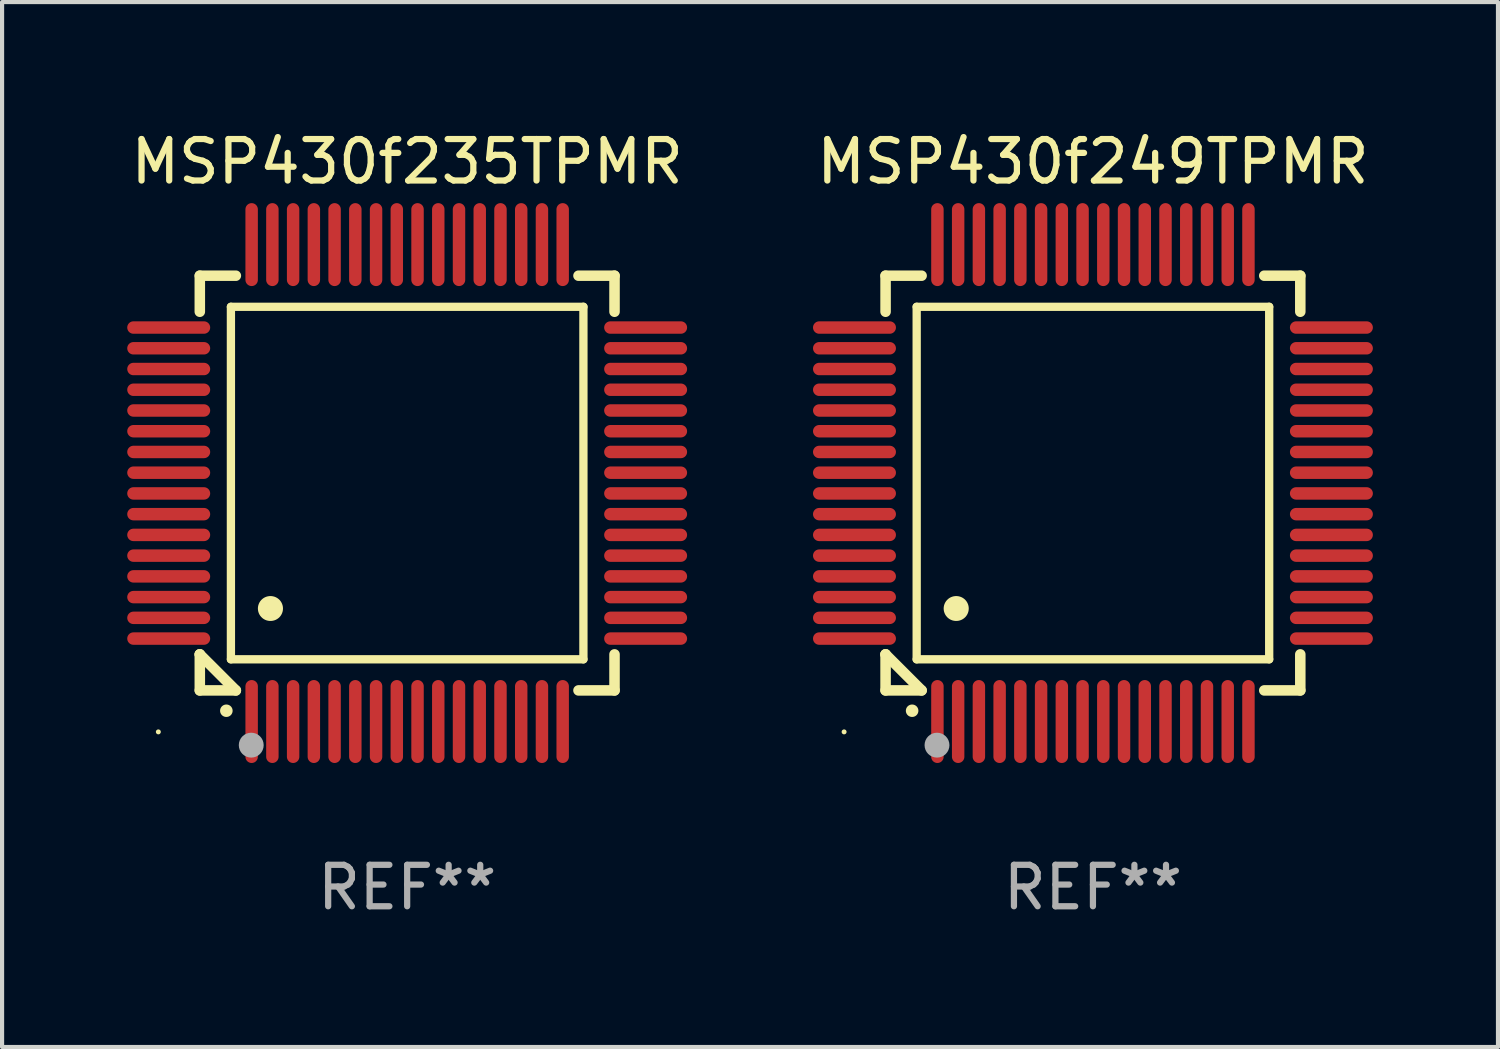
<source format=kicad_pcb>
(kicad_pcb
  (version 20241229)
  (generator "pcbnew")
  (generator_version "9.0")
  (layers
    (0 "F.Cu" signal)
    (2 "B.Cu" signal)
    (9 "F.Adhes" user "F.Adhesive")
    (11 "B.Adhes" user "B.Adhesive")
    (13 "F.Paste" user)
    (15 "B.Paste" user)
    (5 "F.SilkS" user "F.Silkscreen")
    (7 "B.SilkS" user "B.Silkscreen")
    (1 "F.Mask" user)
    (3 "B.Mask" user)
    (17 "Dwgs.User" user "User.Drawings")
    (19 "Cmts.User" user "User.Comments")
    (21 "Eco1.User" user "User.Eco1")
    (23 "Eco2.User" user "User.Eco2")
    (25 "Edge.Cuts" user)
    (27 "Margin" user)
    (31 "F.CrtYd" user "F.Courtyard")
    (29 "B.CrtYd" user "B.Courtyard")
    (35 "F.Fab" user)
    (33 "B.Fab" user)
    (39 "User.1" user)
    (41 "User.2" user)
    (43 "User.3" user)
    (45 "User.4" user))
  (footprint "MSP430f249TPMR"
    (layer "F.Cu")
    (at 23.304 8.598)
    (property "Reference" "MSP430f249TPMR" (at 0 -7.75 0) (layer "F.SilkS") (effects (font (size 1 1) (thickness 0.15))))
    (attr through_hole)
    (fp_line (start -5 -5) (end -4.131 -5) (stroke (width 0.254) (type solid)) (layer "F.SilkS"))
    (fp_line (start -5 -4.131) (end -5 -5) (stroke (width 0.254) (type solid)) (layer "F.SilkS"))
    (fp_line (start -5 4.131) (end -5 4.131) (stroke (width 0.254) (type solid)) (layer "F.SilkS"))
    (fp_line (start -5 5) (end -5 4.131) (stroke (width 0.254) (type solid)) (layer "F.SilkS"))
    (fp_line (start -5 4.131) (end -4.131 5) (stroke (width 0.254) (type solid)) (layer "F.SilkS"))
    (fp_line (start -4.25 -4.25) (end -4.25 4.25) (stroke (width 0.2) (type solid)) (layer "F.SilkS"))
    (fp_line (start -4.25 4.25) (end 4.25 4.25) (stroke (width 0.2) (type solid)) (layer "F.SilkS"))
    (fp_line (start -4.131 5) (end -5 5) (stroke (width 0.254) (type solid)) (layer "F.SilkS"))
    (fp_line (start 4.25 -4.25) (end -4.25 -4.25) (stroke (width 0.2) (type solid)) (layer "F.SilkS"))
    (fp_line (start 4.25 4.25) (end 4.25 -4.25) (stroke (width 0.2) (type solid)) (layer "F.SilkS"))
    (fp_line (start 5 -5) (end 4.131 -5) (stroke (width 0.254) (type solid)) (layer "F.SilkS"))
    (fp_line (start 5 -5) (end 5 -4.131) (stroke (width 0.254) (type solid)) (layer "F.SilkS"))
    (fp_line (start 5 4.131) (end 5 5) (stroke (width 0.254) (type solid)) (layer "F.SilkS"))
    (fp_line (start 5 5) (end 4.131 5) (stroke (width 0.254) (type solid)) (layer "F.SilkS"))
    (fp_arc (start -4.361265 5.489992) (mid -4.359995 5.489987) (end -4.358725 5.489992) (stroke (width 0.3) (type solid)) (layer "F.SilkS"))
    (fp_arc (start -3.299467 3.025146) (mid -3.296927 3.025135) (end -3.294387 3.025146) (stroke (width 0.6) (type solid)) (layer "F.SilkS"))
    (fp_circle (center -6 6) (end -5.97 6) (stroke (width 0.06) (type solid)) (fill no) (layer "F.SilkS"))
    (fp_circle (center -3.76 6.32) (end -3.61 6.32) (stroke (width 0.3) (type solid)) (fill no) (layer "F.Fab"))
    (fp_text user "REF**" (at 0 9.75 0) (layer "F.Fab") (effects (font (size 1 1) (thickness 0.15))))
    (pad "1" smd oval (at -3.75 5.75) (size 0.3 2) (layers "F.Cu" "F.Mask" "F.Paste"))
    (pad "2" smd oval (at -3.25 5.75) (size 0.3 2) (layers "F.Cu" "F.Mask" "F.Paste"))
    (pad "3" smd oval (at -2.75 5.75) (size 0.3 2) (layers "F.Cu" "F.Mask" "F.Paste"))
    (pad "4" smd oval (at -2.25 5.75) (size 0.3 2) (layers "F.Cu" "F.Mask" "F.Paste"))
    (pad "5" smd oval (at -1.75 5.75) (size 0.3 2) (layers "F.Cu" "F.Mask" "F.Paste"))
    (pad "6" smd oval (at -1.25 5.75) (size 0.3 2) (layers "F.Cu" "F.Mask" "F.Paste"))
    (pad "7" smd oval (at -0.75 5.75) (size 0.3 2) (layers "F.Cu" "F.Mask" "F.Paste"))
    (pad "8" smd oval (at -0.25 5.75) (size 0.3 2) (layers "F.Cu" "F.Mask" "F.Paste"))
    (pad "9" smd oval (at 0.25 5.75) (size 0.3 2) (layers "F.Cu" "F.Mask" "F.Paste"))
    (pad "10" smd oval (at 0.75 5.75) (size 0.3 2) (layers "F.Cu" "F.Mask" "F.Paste"))
    (pad "11" smd oval (at 1.25 5.75) (size 0.3 2) (layers "F.Cu" "F.Mask" "F.Paste"))
    (pad "12" smd oval (at 1.75 5.75) (size 0.3 2) (layers "F.Cu" "F.Mask" "F.Paste"))
    (pad "13" smd oval (at 2.25 5.75) (size 0.3 2) (layers "F.Cu" "F.Mask" "F.Paste"))
    (pad "14" smd oval (at 2.75 5.75) (size 0.3 2) (layers "F.Cu" "F.Mask" "F.Paste"))
    (pad "15" smd oval (at 3.25 5.75) (size 0.3 2) (layers "F.Cu" "F.Mask" "F.Paste"))
    (pad "16" smd oval (at 3.75 5.75) (size 0.3 2) (layers "F.Cu" "F.Mask" "F.Paste"))
    (pad "17" smd oval (at 5.75 3.75) (size 2 0.3) (layers "F.Cu" "F.Mask" "F.Paste"))
    (pad "18" smd oval (at 5.75 3.25) (size 2 0.3) (layers "F.Cu" "F.Mask" "F.Paste"))
    (pad "19" smd oval (at 5.75 2.75) (size 2 0.3) (layers "F.Cu" "F.Mask" "F.Paste"))
    (pad "20" smd oval (at 5.75 2.25) (size 2 0.3) (layers "F.Cu" "F.Mask" "F.Paste"))
    (pad "21" smd oval (at 5.75 1.75) (size 2 0.3) (layers "F.Cu" "F.Mask" "F.Paste"))
    (pad "22" smd oval (at 5.75 1.25) (size 2 0.3) (layers "F.Cu" "F.Mask" "F.Paste"))
    (pad "23" smd oval (at 5.75 0.75) (size 2 0.3) (layers "F.Cu" "F.Mask" "F.Paste"))
    (pad "24" smd oval (at 5.75 0.25) (size 2 0.3) (layers "F.Cu" "F.Mask" "F.Paste"))
    (pad "25" smd oval (at 5.75 -0.25) (size 2 0.3) (layers "F.Cu" "F.Mask" "F.Paste"))
    (pad "26" smd oval (at 5.75 -0.75) (size 2 0.3) (layers "F.Cu" "F.Mask" "F.Paste"))
    (pad "27" smd oval (at 5.75 -1.25) (size 2 0.3) (layers "F.Cu" "F.Mask" "F.Paste"))
    (pad "28" smd oval (at 5.75 -1.75) (size 2 0.3) (layers "F.Cu" "F.Mask" "F.Paste"))
    (pad "29" smd oval (at 5.75 -2.25) (size 2 0.3) (layers "F.Cu" "F.Mask" "F.Paste"))
    (pad "30" smd oval (at 5.75 -2.75) (size 2 0.3) (layers "F.Cu" "F.Mask" "F.Paste"))
    (pad "31" smd oval (at 5.75 -3.25) (size 2 0.3) (layers "F.Cu" "F.Mask" "F.Paste"))
    (pad "32" smd oval (at 5.75 -3.75) (size 2 0.3) (layers "F.Cu" "F.Mask" "F.Paste"))
    (pad "33" smd oval (at 3.75 -5.75) (size 0.3 2) (layers "F.Cu" "F.Mask" "F.Paste"))
    (pad "34" smd oval (at 3.25 -5.75) (size 0.3 2) (layers "F.Cu" "F.Mask" "F.Paste"))
    (pad "35" smd oval (at 2.75 -5.75) (size 0.3 2) (layers "F.Cu" "F.Mask" "F.Paste"))
    (pad "36" smd oval (at 2.25 -5.75) (size 0.3 2) (layers "F.Cu" "F.Mask" "F.Paste"))
    (pad "37" smd oval (at 1.75 -5.75) (size 0.3 2) (layers "F.Cu" "F.Mask" "F.Paste"))
    (pad "38" smd oval (at 1.25 -5.75) (size 0.3 2) (layers "F.Cu" "F.Mask" "F.Paste"))
    (pad "39" smd oval (at 0.75 -5.75) (size 0.3 2) (layers "F.Cu" "F.Mask" "F.Paste"))
    (pad "40" smd oval (at 0.25 -5.75) (size 0.3 2) (layers "F.Cu" "F.Mask" "F.Paste"))
    (pad "41" smd oval (at -0.25 -5.75) (size 0.3 2) (layers "F.Cu" "F.Mask" "F.Paste"))
    (pad "42" smd oval (at -0.75 -5.75) (size 0.3 2) (layers "F.Cu" "F.Mask" "F.Paste"))
    (pad "43" smd oval (at -1.25 -5.75) (size 0.3 2) (layers "F.Cu" "F.Mask" "F.Paste"))
    (pad "44" smd oval (at -1.75 -5.75) (size 0.3 2) (layers "F.Cu" "F.Mask" "F.Paste"))
    (pad "45" smd oval (at -2.25 -5.75) (size 0.3 2) (layers "F.Cu" "F.Mask" "F.Paste"))
    (pad "46" smd oval (at -2.75 -5.75) (size 0.3 2) (layers "F.Cu" "F.Mask" "F.Paste"))
    (pad "47" smd oval (at -3.25 -5.75) (size 0.3 2) (layers "F.Cu" "F.Mask" "F.Paste"))
    (pad "48" smd oval (at -3.75 -5.75) (size 0.3 2) (layers "F.Cu" "F.Mask" "F.Paste"))
    (pad "49" smd oval (at -5.75 -3.75) (size 2 0.3) (layers "F.Cu" "F.Mask" "F.Paste"))
    (pad "50" smd oval (at -5.75 -3.25) (size 2 0.3) (layers "F.Cu" "F.Mask" "F.Paste"))
    (pad "51" smd oval (at -5.75 -2.75) (size 2 0.3) (layers "F.Cu" "F.Mask" "F.Paste"))
    (pad "52" smd oval (at -5.75 -2.25) (size 2 0.3) (layers "F.Cu" "F.Mask" "F.Paste"))
    (pad "53" smd oval (at -5.75 -1.75) (size 2 0.3) (layers "F.Cu" "F.Mask" "F.Paste"))
    (pad "54" smd oval (at -5.75 -1.25) (size 2 0.3) (layers "F.Cu" "F.Mask" "F.Paste"))
    (pad "55" smd oval (at -5.75 -0.75) (size 2 0.3) (layers "F.Cu" "F.Mask" "F.Paste"))
    (pad "56" smd oval (at -5.75 -0.25) (size 2 0.3) (layers "F.Cu" "F.Mask" "F.Paste"))
    (pad "57" smd oval (at -5.75 0.25) (size 2 0.3) (layers "F.Cu" "F.Mask" "F.Paste"))
    (pad "58" smd oval (at -5.75 0.75) (size 2 0.3) (layers "F.Cu" "F.Mask" "F.Paste"))
    (pad "59" smd oval (at -5.75 1.25) (size 2 0.3) (layers "F.Cu" "F.Mask" "F.Paste"))
    (pad "60" smd oval (at -5.75 1.75) (size 2 0.3) (layers "F.Cu" "F.Mask" "F.Paste"))
    (pad "61" smd oval (at -5.75 2.25) (size 2 0.3) (layers "F.Cu" "F.Mask" "F.Paste"))
    (pad "62" smd oval (at -5.75 2.75) (size 2 0.3) (layers "F.Cu" "F.Mask" "F.Paste"))
    (pad "63" smd oval (at -5.75 3.25) (size 2 0.3) (layers "F.Cu" "F.Mask" "F.Paste"))
    (pad "64" smd oval (at -5.75 3.75) (size 2 0.3) (layers "F.Cu" "F.Mask" "F.Paste")))
  (footprint "MSP430f235TPMR"
    (layer "F.Cu")
    (at 6.768 8.598)
    (property "Reference" "MSP430f235TPMR" (at 0 -7.75 0) (layer "F.SilkS") (effects (font (size 1 1) (thickness 0.15))))
    (attr through_hole)
    (fp_line (start -5 -5) (end -4.131 -5) (stroke (width 0.254) (type solid)) (layer "F.SilkS"))
    (fp_line (start -5 -4.131) (end -5 -5) (stroke (width 0.254) (type solid)) (layer "F.SilkS"))
    (fp_line (start -5 4.131) (end -5 4.131) (stroke (width 0.254) (type solid)) (layer "F.SilkS"))
    (fp_line (start -5 5) (end -5 4.131) (stroke (width 0.254) (type solid)) (layer "F.SilkS"))
    (fp_line (start -5 4.131) (end -4.131 5) (stroke (width 0.254) (type solid)) (layer "F.SilkS"))
    (fp_line (start -4.25 -4.25) (end -4.25 4.25) (stroke (width 0.2) (type solid)) (layer "F.SilkS"))
    (fp_line (start -4.25 4.25) (end 4.25 4.25) (stroke (width 0.2) (type solid)) (layer "F.SilkS"))
    (fp_line (start -4.131 5) (end -5 5) (stroke (width 0.254) (type solid)) (layer "F.SilkS"))
    (fp_line (start 4.25 -4.25) (end -4.25 -4.25) (stroke (width 0.2) (type solid)) (layer "F.SilkS"))
    (fp_line (start 4.25 4.25) (end 4.25 -4.25) (stroke (width 0.2) (type solid)) (layer "F.SilkS"))
    (fp_line (start 5 -5) (end 4.131 -5) (stroke (width 0.254) (type solid)) (layer "F.SilkS"))
    (fp_line (start 5 -5) (end 5 -4.131) (stroke (width 0.254) (type solid)) (layer "F.SilkS"))
    (fp_line (start 5 4.131) (end 5 5) (stroke (width 0.254) (type solid)) (layer "F.SilkS"))
    (fp_line (start 5 5) (end 4.131 5) (stroke (width 0.254) (type solid)) (layer "F.SilkS"))
    (fp_arc (start -4.361265 5.489992) (mid -4.359995 5.489987) (end -4.358725 5.489992) (stroke (width 0.3) (type solid)) (layer "F.SilkS"))
    (fp_arc (start -3.299467 3.025146) (mid -3.296927 3.025135) (end -3.294387 3.025146) (stroke (width 0.6) (type solid)) (layer "F.SilkS"))
    (fp_circle (center -6 6) (end -5.97 6) (stroke (width 0.06) (type solid)) (fill no) (layer "F.SilkS"))
    (fp_circle (center -3.76 6.32) (end -3.61 6.32) (stroke (width 0.3) (type solid)) (fill no) (layer "F.Fab"))
    (fp_text user "REF**" (at 0 9.75 0) (layer "F.Fab") (effects (font (size 1 1) (thickness 0.15))))
    (pad "1" smd oval (at -3.75 5.75) (size 0.3 2) (layers "F.Cu" "F.Mask" "F.Paste"))
    (pad "2" smd oval (at -3.25 5.75) (size 0.3 2) (layers "F.Cu" "F.Mask" "F.Paste"))
    (pad "3" smd oval (at -2.75 5.75) (size 0.3 2) (layers "F.Cu" "F.Mask" "F.Paste"))
    (pad "4" smd oval (at -2.25 5.75) (size 0.3 2) (layers "F.Cu" "F.Mask" "F.Paste"))
    (pad "5" smd oval (at -1.75 5.75) (size 0.3 2) (layers "F.Cu" "F.Mask" "F.Paste"))
    (pad "6" smd oval (at -1.25 5.75) (size 0.3 2) (layers "F.Cu" "F.Mask" "F.Paste"))
    (pad "7" smd oval (at -0.75 5.75) (size 0.3 2) (layers "F.Cu" "F.Mask" "F.Paste"))
    (pad "8" smd oval (at -0.25 5.75) (size 0.3 2) (layers "F.Cu" "F.Mask" "F.Paste"))
    (pad "9" smd oval (at 0.25 5.75) (size 0.3 2) (layers "F.Cu" "F.Mask" "F.Paste"))
    (pad "10" smd oval (at 0.75 5.75) (size 0.3 2) (layers "F.Cu" "F.Mask" "F.Paste"))
    (pad "11" smd oval (at 1.25 5.75) (size 0.3 2) (layers "F.Cu" "F.Mask" "F.Paste"))
    (pad "12" smd oval (at 1.75 5.75) (size 0.3 2) (layers "F.Cu" "F.Mask" "F.Paste"))
    (pad "13" smd oval (at 2.25 5.75) (size 0.3 2) (layers "F.Cu" "F.Mask" "F.Paste"))
    (pad "14" smd oval (at 2.75 5.75) (size 0.3 2) (layers "F.Cu" "F.Mask" "F.Paste"))
    (pad "15" smd oval (at 3.25 5.75) (size 0.3 2) (layers "F.Cu" "F.Mask" "F.Paste"))
    (pad "16" smd oval (at 3.75 5.75) (size 0.3 2) (layers "F.Cu" "F.Mask" "F.Paste"))
    (pad "17" smd oval (at 5.75 3.75) (size 2 0.3) (layers "F.Cu" "F.Mask" "F.Paste"))
    (pad "18" smd oval (at 5.75 3.25) (size 2 0.3) (layers "F.Cu" "F.Mask" "F.Paste"))
    (pad "19" smd oval (at 5.75 2.75) (size 2 0.3) (layers "F.Cu" "F.Mask" "F.Paste"))
    (pad "20" smd oval (at 5.75 2.25) (size 2 0.3) (layers "F.Cu" "F.Mask" "F.Paste"))
    (pad "21" smd oval (at 5.75 1.75) (size 2 0.3) (layers "F.Cu" "F.Mask" "F.Paste"))
    (pad "22" smd oval (at 5.75 1.25) (size 2 0.3) (layers "F.Cu" "F.Mask" "F.Paste"))
    (pad "23" smd oval (at 5.75 0.75) (size 2 0.3) (layers "F.Cu" "F.Mask" "F.Paste"))
    (pad "24" smd oval (at 5.75 0.25) (size 2 0.3) (layers "F.Cu" "F.Mask" "F.Paste"))
    (pad "25" smd oval (at 5.75 -0.25) (size 2 0.3) (layers "F.Cu" "F.Mask" "F.Paste"))
    (pad "26" smd oval (at 5.75 -0.75) (size 2 0.3) (layers "F.Cu" "F.Mask" "F.Paste"))
    (pad "27" smd oval (at 5.75 -1.25) (size 2 0.3) (layers "F.Cu" "F.Mask" "F.Paste"))
    (pad "28" smd oval (at 5.75 -1.75) (size 2 0.3) (layers "F.Cu" "F.Mask" "F.Paste"))
    (pad "29" smd oval (at 5.75 -2.25) (size 2 0.3) (layers "F.Cu" "F.Mask" "F.Paste"))
    (pad "30" smd oval (at 5.75 -2.75) (size 2 0.3) (layers "F.Cu" "F.Mask" "F.Paste"))
    (pad "31" smd oval (at 5.75 -3.25) (size 2 0.3) (layers "F.Cu" "F.Mask" "F.Paste"))
    (pad "32" smd oval (at 5.75 -3.75) (size 2 0.3) (layers "F.Cu" "F.Mask" "F.Paste"))
    (pad "33" smd oval (at 3.75 -5.75) (size 0.3 2) (layers "F.Cu" "F.Mask" "F.Paste"))
    (pad "34" smd oval (at 3.25 -5.75) (size 0.3 2) (layers "F.Cu" "F.Mask" "F.Paste"))
    (pad "35" smd oval (at 2.75 -5.75) (size 0.3 2) (layers "F.Cu" "F.Mask" "F.Paste"))
    (pad "36" smd oval (at 2.25 -5.75) (size 0.3 2) (layers "F.Cu" "F.Mask" "F.Paste"))
    (pad "37" smd oval (at 1.75 -5.75) (size 0.3 2) (layers "F.Cu" "F.Mask" "F.Paste"))
    (pad "38" smd oval (at 1.25 -5.75) (size 0.3 2) (layers "F.Cu" "F.Mask" "F.Paste"))
    (pad "39" smd oval (at 0.75 -5.75) (size 0.3 2) (layers "F.Cu" "F.Mask" "F.Paste"))
    (pad "40" smd oval (at 0.25 -5.75) (size 0.3 2) (layers "F.Cu" "F.Mask" "F.Paste"))
    (pad "41" smd oval (at -0.25 -5.75) (size 0.3 2) (layers "F.Cu" "F.Mask" "F.Paste"))
    (pad "42" smd oval (at -0.75 -5.75) (size 0.3 2) (layers "F.Cu" "F.Mask" "F.Paste"))
    (pad "43" smd oval (at -1.25 -5.75) (size 0.3 2) (layers "F.Cu" "F.Mask" "F.Paste"))
    (pad "44" smd oval (at -1.75 -5.75) (size 0.3 2) (layers "F.Cu" "F.Mask" "F.Paste"))
    (pad "45" smd oval (at -2.25 -5.75) (size 0.3 2) (layers "F.Cu" "F.Mask" "F.Paste"))
    (pad "46" smd oval (at -2.75 -5.75) (size 0.3 2) (layers "F.Cu" "F.Mask" "F.Paste"))
    (pad "47" smd oval (at -3.25 -5.75) (size 0.3 2) (layers "F.Cu" "F.Mask" "F.Paste"))
    (pad "48" smd oval (at -3.75 -5.75) (size 0.3 2) (layers "F.Cu" "F.Mask" "F.Paste"))
    (pad "49" smd oval (at -5.75 -3.75) (size 2 0.3) (layers "F.Cu" "F.Mask" "F.Paste"))
    (pad "50" smd oval (at -5.75 -3.25) (size 2 0.3) (layers "F.Cu" "F.Mask" "F.Paste"))
    (pad "51" smd oval (at -5.75 -2.75) (size 2 0.3) (layers "F.Cu" "F.Mask" "F.Paste"))
    (pad "52" smd oval (at -5.75 -2.25) (size 2 0.3) (layers "F.Cu" "F.Mask" "F.Paste"))
    (pad "53" smd oval (at -5.75 -1.75) (size 2 0.3) (layers "F.Cu" "F.Mask" "F.Paste"))
    (pad "54" smd oval (at -5.75 -1.25) (size 2 0.3) (layers "F.Cu" "F.Mask" "F.Paste"))
    (pad "55" smd oval (at -5.75 -0.75) (size 2 0.3) (layers "F.Cu" "F.Mask" "F.Paste"))
    (pad "56" smd oval (at -5.75 -0.25) (size 2 0.3) (layers "F.Cu" "F.Mask" "F.Paste"))
    (pad "57" smd oval (at -5.75 0.25) (size 2 0.3) (layers "F.Cu" "F.Mask" "F.Paste"))
    (pad "58" smd oval (at -5.75 0.75) (size 2 0.3) (layers "F.Cu" "F.Mask" "F.Paste"))
    (pad "59" smd oval (at -5.75 1.25) (size 2 0.3) (layers "F.Cu" "F.Mask" "F.Paste"))
    (pad "60" smd oval (at -5.75 1.75) (size 2 0.3) (layers "F.Cu" "F.Mask" "F.Paste"))
    (pad "61" smd oval (at -5.75 2.25) (size 2 0.3) (layers "F.Cu" "F.Mask" "F.Paste"))
    (pad "62" smd oval (at -5.75 2.75) (size 2 0.3) (layers "F.Cu" "F.Mask" "F.Paste"))
    (pad "63" smd oval (at -5.75 3.25) (size 2 0.3) (layers "F.Cu" "F.Mask" "F.Paste"))
    (pad "64" smd oval (at -5.75 3.75) (size 2 0.3) (layers "F.Cu" "F.Mask" "F.Paste")))
  (gr_rect
    (start -3 -3)
    (end 33.071 22.196)
    (stroke (width 0.1) (type default))
    (fill no)
    (layer "Edge.Cuts")))
</source>
